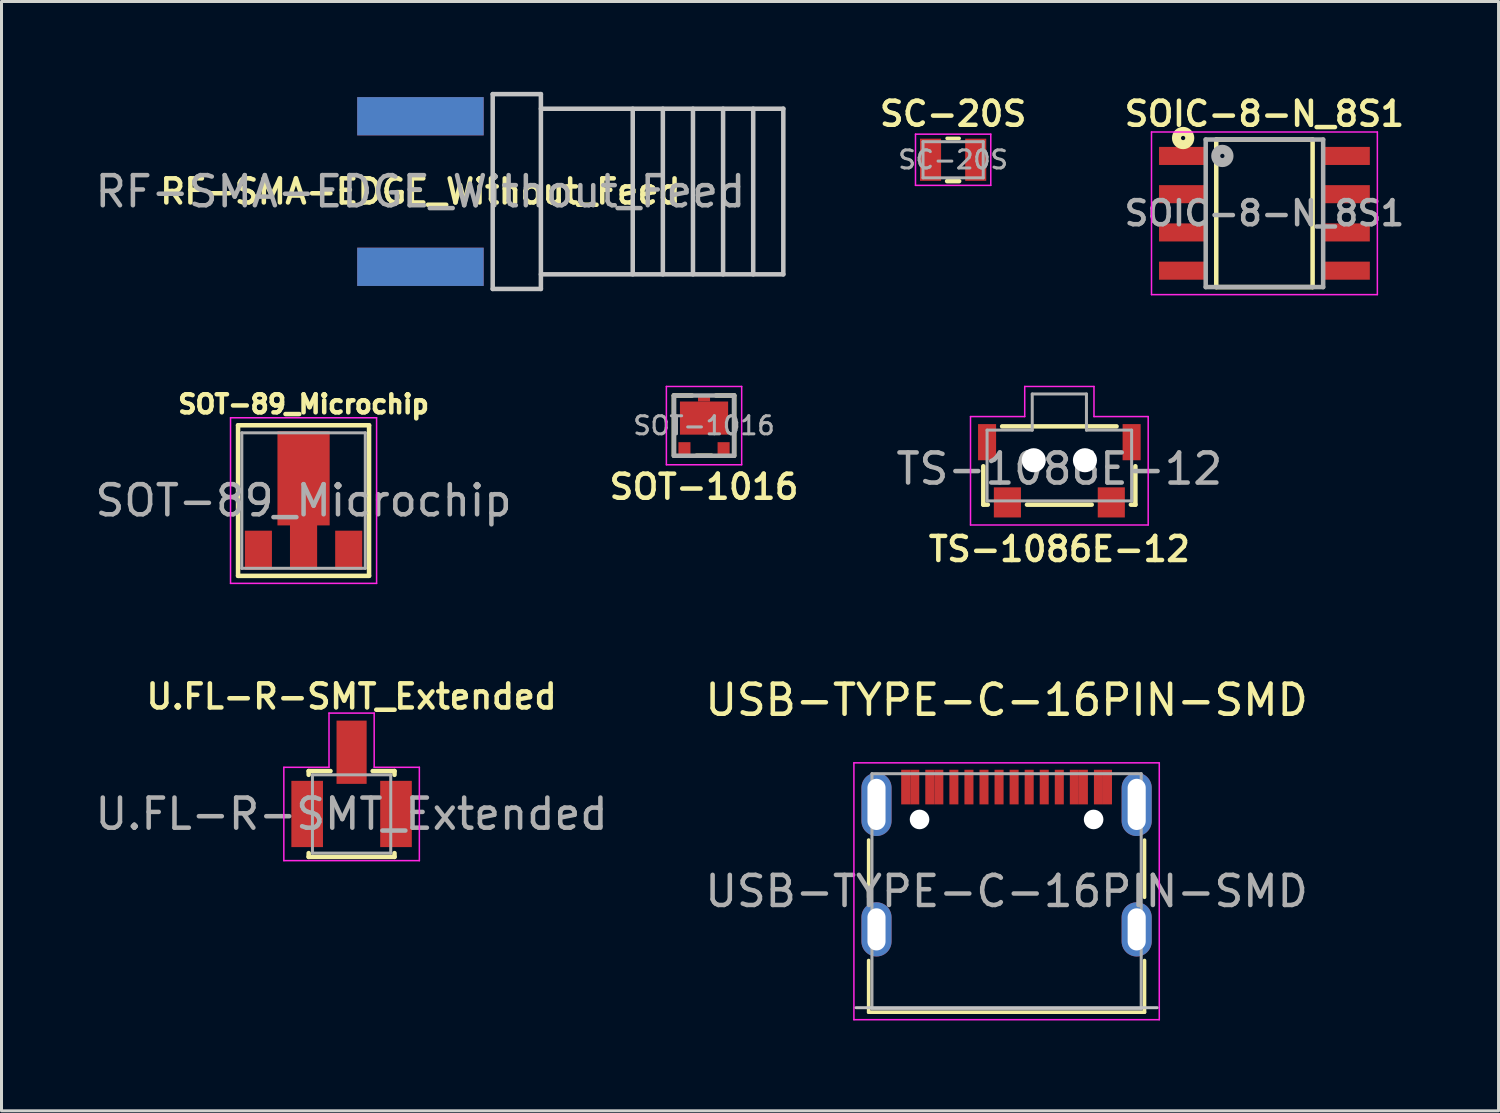
<source format=kicad_pcb>
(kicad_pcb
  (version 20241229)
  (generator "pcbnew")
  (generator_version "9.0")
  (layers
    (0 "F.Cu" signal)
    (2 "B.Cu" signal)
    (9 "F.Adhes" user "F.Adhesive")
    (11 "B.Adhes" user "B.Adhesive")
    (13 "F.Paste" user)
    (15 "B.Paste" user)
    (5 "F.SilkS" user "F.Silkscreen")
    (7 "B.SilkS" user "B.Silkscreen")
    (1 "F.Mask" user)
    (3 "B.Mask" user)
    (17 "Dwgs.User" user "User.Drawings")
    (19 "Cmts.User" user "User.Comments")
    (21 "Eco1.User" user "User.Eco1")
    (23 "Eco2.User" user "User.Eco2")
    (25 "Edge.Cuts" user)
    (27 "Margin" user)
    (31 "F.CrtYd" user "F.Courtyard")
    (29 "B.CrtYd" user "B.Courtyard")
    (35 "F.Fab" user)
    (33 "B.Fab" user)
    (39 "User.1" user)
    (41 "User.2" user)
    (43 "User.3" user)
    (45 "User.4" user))
  (footprint "USB-TYPE-C-16PIN-SMD"
    (layer "F.Cu")
    (at 30.375 26.546)
    (property "Reference" "USB-TYPE-C-16PIN-SMD" (at 0 -6.35 0) (layer "F.SilkS") (effects (font (size 1 1) (thickness 0.15))))
    (attr smd)
    (fp_line (start -4.58 -1.7) (end -4.58 0.2) (stroke (width 0.12) (type solid)) (layer "F.SilkS"))
    (fp_line (start -4.58 2.3) (end -4.58 4.015) (stroke (width 0.12) (type solid)) (layer "F.SilkS"))
    (fp_line (start 4.58 -1.7) (end 4.58 0.2) (stroke (width 0.12) (type solid)) (layer "F.SilkS"))
    (fp_line (start 4.58 2.3) (end 4.58 4.015) (stroke (width 0.12) (type solid)) (layer "F.SilkS"))
    (fp_line (start 4.58 4.015) (end -4.58 4.015) (stroke (width 0.12) (type solid)) (layer "F.SilkS"))
    (fp_line (start -5 3.865) (end 5 3.865) (stroke (width 0.1) (type solid)) (layer "Dwgs.User"))
    (fp_line (start -5.07 4.265) (end -5.07 -4.265) (stroke (width 0.05) (type solid)) (layer "F.CrtYd"))
    (fp_line (start 5.07 -4.265) (end -5.07 -4.265) (stroke (width 0.05) (type solid)) (layer "F.CrtYd"))
    (fp_line (start 5.07 4.265) (end -5.07 4.265) (stroke (width 0.05) (type solid)) (layer "F.CrtYd"))
    (fp_line (start 5.07 4.265) (end 5.07 -4.265) (stroke (width 0.05) (type solid)) (layer "F.CrtYd"))
    (fp_line (start -4.47 -3.905) (end -4.47 3.905) (stroke (width 0.1) (type solid)) (layer "F.Fab"))
    (fp_line (start -4.47 -3.905) (end 4.47 -3.905) (stroke (width 0.1) (type solid)) (layer "F.Fab"))
    (fp_line (start -4.47 3.905) (end 4.47 3.905) (stroke (width 0.1) (type solid)) (layer "F.Fab"))
    (fp_line (start 4.47 -3.905) (end 4.47 3.905) (stroke (width 0.1) (type solid)) (layer "F.Fab"))
    (fp_text user "${REFERENCE}" (at 0 0 0) (layer "F.Fab") (effects (font (size 1 1) (thickness 0.15))))
    (pad "" np_thru_hole circle (at -2.89 -2.385) (size 0.65 0.65) (drill 0.65) (layers "*.Cu" "*.Mask"))
    (pad "" np_thru_hole circle (at 2.89 -2.385) (size 0.65 0.65) (drill 0.65) (layers "*.Cu" "*.Mask"))
    (pad "1" thru_hole oval (at -4.32 1.265) (size 1 1.8) (drill oval 0.6 1.4) (layers "*.Cu" "*.Mask" "F.Paste"))
    (pad "2" thru_hole oval (at 4.32 1.265) (size 1 1.8) (drill oval 0.6 1.4) (layers "*.Cu" "*.Mask" "F.Paste"))
    (pad "3" thru_hole oval (at -4.32 -2.885) (size 1 2.1) (drill oval 0.6 1.7) (layers "*.Cu" "*.Mask" "F.Paste"))
    (pad "4" thru_hole oval (at 4.32 -2.885) (size 1 2.1) (drill oval 0.6 1.7) (layers "*.Cu" "*.Mask" "F.Paste"))
    (pad "A1" smd rect (at -3.35 -3.46) (size 0.3 1.15) (layers "F.Cu" "F.Mask" "F.Paste"))
    (pad "A4" smd rect (at -2.55 -3.46) (size 0.3 1.15) (layers "F.Cu" "F.Mask" "F.Paste"))
    (pad "A5" smd rect (at -1.25 -3.46) (size 0.3 1.15) (layers "F.Cu" "F.Mask" "F.Paste"))
    (pad "A6" smd rect (at -0.25 -3.46) (size 0.3 1.15) (layers "F.Cu" "F.Mask" "F.Paste"))
    (pad "A7" smd rect (at 0.25 -3.46) (size 0.3 1.15) (layers "F.Cu" "F.Mask" "F.Paste"))
    (pad "A8" smd rect (at -1.75 -3.46) (size 0.3 1.15) (layers "F.Cu" "F.Mask" "F.Paste"))
    (pad "A9" smd rect (at 2.55 -3.46) (size 0.3 1.15) (layers "F.Cu" "F.Mask" "F.Paste"))
    (pad "A12" smd rect (at 3.35 -3.46) (size 0.3 1.15) (layers "F.Cu" "F.Mask" "F.Paste"))
    (pad "B1" smd rect (at 3.05 -3.46) (size 0.3 1.15) (layers "F.Cu" "F.Mask" "F.Paste"))
    (pad "B4" smd rect (at 2.25 -3.46) (size 0.3 1.15) (layers "F.Cu" "F.Mask" "F.Paste"))
    (pad "B5" smd rect (at 1.75 -3.46) (size 0.3 1.15) (layers "F.Cu" "F.Mask" "F.Paste"))
    (pad "B6" smd rect (at 0.75 -3.46) (size 0.3 1.15) (layers "F.Cu" "F.Mask" "F.Paste"))
    (pad "B7" smd rect (at -0.75 -3.46) (size 0.3 1.15) (layers "F.Cu" "F.Mask" "F.Paste"))
    (pad "B8" smd rect (at 1.25 -3.46) (size 0.3 1.15) (layers "F.Cu" "F.Mask" "F.Paste"))
    (pad "B9" smd rect (at -2.25 -3.46) (size 0.3 1.15) (layers "F.Cu" "F.Mask" "F.Paste"))
    (pad "B12" smd rect (at -3.05 -3.46) (size 0.3 1.15) (layers "F.Cu" "F.Mask" "F.Paste")))
  (footprint "SOIC-8-N_8S1"
    (layer "F.Cu")
    (at 38.937 4.033)
    (property "Reference" "SOIC-8-N_8S1" (at 0 -3.302 0) (layer "F.SilkS") (effects (font (size 0.8 0.8) (thickness 0.15))))
    (attr smd)
    (fp_line (start -1.6 -2.45) (end -1.6 2.45) (stroke (width 0.15) (type solid)) (layer "F.SilkS"))
    (fp_line (start -1.6 2.45) (end 1.6 2.45) (stroke (width 0.15) (type solid)) (layer "F.SilkS"))
    (fp_line (start 1.6 -2.45) (end -1.6 -2.45) (stroke (width 0.15) (type solid)) (layer "F.SilkS"))
    (fp_line (start 1.6 2.45) (end 1.6 -2.45) (stroke (width 0.15) (type solid)) (layer "F.SilkS"))
    (fp_circle (center -2.7 -2.5) (end -2.75 -2.55) (stroke (width 0.3) (type solid)) (fill no) (layer "F.SilkS"))
    (fp_line (start -3.75 -2.7) (end 3.75 -2.7) (stroke (width 0.05) (type solid)) (layer "F.CrtYd"))
    (fp_line (start -3.75 2.7) (end -3.75 -2.7) (stroke (width 0.05) (type solid)) (layer "F.CrtYd"))
    (fp_line (start 3.75 -2.7) (end 3.75 2.7) (stroke (width 0.05) (type solid)) (layer "F.CrtYd"))
    (fp_line (start 3.75 2.7) (end -3.75 2.7) (stroke (width 0.05) (type solid)) (layer "F.CrtYd"))
    (fp_line (start -1.95 -2.45) (end -1.95 2.45) (stroke (width 0.15) (type solid)) (layer "F.Fab"))
    (fp_line (start 1.95 -2.45) (end -1.95 -2.45) (stroke (width 0.15) (type solid)) (layer "F.Fab"))
    (fp_line (start 1.95 -2.45) (end 1.95 2.45) (stroke (width 0.15) (type solid)) (layer "F.Fab"))
    (fp_line (start 1.95 2.45) (end -1.95 2.45) (stroke (width 0.15) (type solid)) (layer "F.Fab"))
    (fp_circle (center -1.397 -1.905) (end -1.447 -1.955) (stroke (width 0.3) (type solid)) (fill no) (layer "F.Fab"))
    (fp_text user "${REFERENCE}" (at 0 0 0) (layer "F.Fab") (effects (font (size 0.8 0.8) (thickness 0.15))))
    (pad "1" smd rect (at -2.7 -1.905) (size 1.6 0.6) (layers "F.Cu" "F.Mask" "F.Paste"))
    (pad "2" smd rect (at -2.7 -0.635) (size 1.6 0.6) (layers "F.Cu" "F.Mask" "F.Paste"))
    (pad "3" smd rect (at -2.7 0.635) (size 1.6 0.6) (layers "F.Cu" "F.Mask" "F.Paste"))
    (pad "4" smd rect (at -2.7 1.905) (size 1.6 0.6) (layers "F.Cu" "F.Mask" "F.Paste"))
    (pad "5" smd rect (at 2.7 1.905) (size 1.6 0.6) (layers "F.Cu" "F.Mask" "F.Paste"))
    (pad "6" smd rect (at 2.7 0.635) (size 1.6 0.6) (layers "F.Cu" "F.Mask" "F.Paste"))
    (pad "7" smd rect (at 2.7 -0.635) (size 1.6 0.6) (layers "F.Cu" "F.Mask" "F.Paste"))
    (pad "8" smd rect (at 2.7 -1.905) (size 1.6 0.6) (layers "F.Cu" "F.Mask" "F.Paste")))
  (footprint "SC-20S"
    (layer "F.Cu")
    (at 28.6 2.255)
    (property "Reference" "SC-20S" (at 0 -1.524 0) (layer "F.SilkS") (effects (font (size 0.8 0.8) (thickness 0.15))))
    (attr through_hole)
    (fp_line (start -0.2 -0.71) (end 0.2 -0.71) (stroke (width 0.12) (type solid)) (layer "F.SilkS"))
    (fp_line (start -0.2 0.71) (end 0.2 0.71) (stroke (width 0.15) (type solid)) (layer "F.SilkS"))
    (fp_line (start -1.25 -0.85) (end -1.25 0.85) (stroke (width 0.05) (type solid)) (layer "F.CrtYd"))
    (fp_line (start -1.25 -0.85) (end 1.25 -0.85) (stroke (width 0.05) (type solid)) (layer "F.CrtYd"))
    (fp_line (start -1.25 0.85) (end 1.25 0.85) (stroke (width 0.05) (type solid)) (layer "F.CrtYd"))
    (fp_line (start 1.25 -0.85) (end 1.25 0.85) (stroke (width 0.05) (type solid)) (layer "F.CrtYd"))
    (fp_line (start -1 -0.6) (end -1 0.6) (stroke (width 0.1) (type solid)) (layer "F.Fab"))
    (fp_line (start -1 -0.6) (end 1 -0.6) (stroke (width 0.1) (type solid)) (layer "F.Fab"))
    (fp_line (start -1 0.6) (end 1 0.6) (stroke (width 0.1) (type solid)) (layer "F.Fab"))
    (fp_line (start 1 0.6) (end 1 -0.6) (stroke (width 0.1) (type solid)) (layer "F.Fab"))
    (fp_text user "${REFERENCE}" (at 0 0 0) (layer "F.Fab") (effects (font (size 0.6 0.6) (thickness 0.1))))
    (pad "1" smd rect (at -0.75 0) (size 0.7 1.4) (layers "F.Cu" "F.Mask" "F.Paste"))
    (pad "2" smd rect (at 0.75 0) (size 0.7 1.4) (layers "F.Cu" "F.Mask" "F.Paste")))
  (footprint "U.FL-R-SMT_Extended"
    (layer "F.Cu")
    (at 8.625 23.979)
    (property "Reference" "U.FL-R-SMT_Extended" (at 0 -3.9 0) (layer "F.SilkS") (effects (font (size 0.8 0.8) (thickness 0.15))))
    (attr through_hole)
    (fp_line (start -1.425 -1.425) (end -1.425 -1.3) (stroke (width 0.15) (type solid)) (layer "F.SilkS"))
    (fp_line (start -1.425 -1.425) (end -0.7 -1.425) (stroke (width 0.15) (type solid)) (layer "F.SilkS"))
    (fp_line (start -1.425 1.3) (end -1.425 1.425) (stroke (width 0.15) (type solid)) (layer "F.SilkS"))
    (fp_line (start -1.425 1.425) (end 1.425 1.425) (stroke (width 0.15) (type solid)) (layer "F.SilkS"))
    (fp_line (start 0.7 -1.425) (end 1.425 -1.425) (stroke (width 0.15) (type solid)) (layer "F.SilkS"))
    (fp_line (start 1.425 -1.425) (end 1.425 -1.3) (stroke (width 0.15) (type solid)) (layer "F.SilkS"))
    (fp_line (start 1.425 1.3) (end 1.425 1.425) (stroke (width 0.15) (type solid)) (layer "F.SilkS"))
    (fp_line (start -2.25 -1.55) (end -2.25 1.55) (stroke (width 0.05) (type solid)) (layer "F.CrtYd"))
    (fp_line (start -2.25 1.55) (end 2.25 1.55) (stroke (width 0.05) (type solid)) (layer "F.CrtYd"))
    (fp_line (start -0.75 -1.55) (end -2.25 -1.55) (stroke (width 0.05) (type solid)) (layer "F.CrtYd"))
    (fp_line (start -0.75 -1.55) (end -0.75 -3.35) (stroke (width 0.05) (type solid)) (layer "F.CrtYd"))
    (fp_line (start 0.75 -3.35) (end -0.75 -3.35) (stroke (width 0.05) (type solid)) (layer "F.CrtYd"))
    (fp_line (start 0.75 -3.35) (end 0.75 -1.55) (stroke (width 0.05) (type solid)) (layer "F.CrtYd"))
    (fp_line (start 2.25 -1.55) (end 0.75 -1.55) (stroke (width 0.05) (type solid)) (layer "F.CrtYd"))
    (fp_line (start 2.25 1.55) (end 2.25 -1.55) (stroke (width 0.05) (type solid)) (layer "F.CrtYd"))
    (fp_line (start -1.3 1.3) (end -1.3 -1.3) (stroke (width 0.1) (type solid)) (layer "F.Fab"))
    (fp_line (start -1.3 1.3) (end 1.3 1.3) (stroke (width 0.1) (type solid)) (layer "F.Fab"))
    (fp_line (start 1.3 -1.3) (end -1.3 -1.3) (stroke (width 0.1) (type solid)) (layer "F.Fab"))
    (fp_line (start 1.3 -1.3) (end 1.3 1.3) (stroke (width 0.1) (type solid)) (layer "F.Fab"))
    (fp_text user "${REFERENCE}" (at 0 0 180) (layer "F.Fab") (effects (font (size 1 1) (thickness 0.15))))
    (pad "1" smd rect (at 0 -2.05) (size 1 2.1) (layers "F.Cu" "F.Mask" "F.Paste"))
    (pad "2" smd rect (at -1.475 0) (size 1.05 2.2) (layers "F.Cu" "F.Mask" "F.Paste"))
    (pad "3" smd rect (at 1.475 0) (size 1.05 2.2) (layers "F.Cu" "F.Mask" "F.Paste")))
  (footprint "RF-SMA-EDGE_Without_Feed"
    (layer "F.Cu")
    (at 10.911 3.31)
    (property "Reference" "RF-SMA-EDGE_Without_Feed" (at 0 0 0) (layer "F.SilkS") (effects (font (size 0.8 0.8) (thickness 0.15))))
    (attr through_hole)
    (fp_line (start 2.4 -3.235) (end 2.4 3.235) (stroke (width 0.15) (type solid)) (layer "Dwgs.User"))
    (fp_line (start 2.4 3.235) (end 4 3.235) (stroke (width 0.15) (type solid)) (layer "Dwgs.User"))
    (fp_line (start 4 -3.235) (end 2.4 -3.235) (stroke (width 0.15) (type solid)) (layer "Dwgs.User"))
    (fp_line (start 4 2.75) (end 12.05 2.75) (stroke (width 0.15) (type solid)) (layer "Dwgs.User"))
    (fp_line (start 4 3.235) (end 4 -3.235) (stroke (width 0.15) (type solid)) (layer "Dwgs.User"))
    (fp_line (start 7.05 -2.75) (end 7.05 2.75) (stroke (width 0.15) (type solid)) (layer "Dwgs.User"))
    (fp_line (start 8.05 -2.75) (end 8.05 2.75) (stroke (width 0.15) (type solid)) (layer "Dwgs.User"))
    (fp_line (start 9.05 -2.75) (end 9.05 2.75) (stroke (width 0.15) (type solid)) (layer "Dwgs.User"))
    (fp_line (start 10.05 -2.75) (end 10.05 2.75) (stroke (width 0.15) (type solid)) (layer "Dwgs.User"))
    (fp_line (start 11.05 -2.75) (end 11.05 2.75) (stroke (width 0.15) (type solid)) (layer "Dwgs.User"))
    (fp_line (start 12.05 -2.75) (end 4 -2.75) (stroke (width 0.15) (type solid)) (layer "Dwgs.User"))
    (fp_line (start 12.05 2.75) (end 12.05 -2.75) (stroke (width 0.15) (type solid)) (layer "Dwgs.User"))
    (fp_text user "${REFERENCE}" (at 0 0 0) (layer "F.Fab") (effects (font (size 1 1) (thickness 0.15))))
    (pad "2" smd rect (at 0 2.5 180) (size 4.2 1.27) (layers "F.Cu" "F.Mask"))
    (pad "3" smd rect (at 0 -2.5 180) (size 4.2 1.27) (layers "F.Cu" "F.Mask"))
    (pad "4" smd rect (at 0 2.5 180) (size 4.2 1.27) (layers "B.Cu" "B.Mask"))
    (pad "5" smd rect (at 0 -2.5 180) (size 4.2 1.27) (layers "B.Cu" "B.Mask")))
  (footprint "SOT-89_Microchip"
    (layer "F.Cu")
    (at 7.03 13.572)
    (property "Reference" "SOT-89_Microchip" (at 0 -3.2 180) (layer "F.SilkS") (effects (font (size 0.6 0.6) (thickness 0.15))))
    (attr smd)
    (fp_line (start -2.175 -2.5) (end -2.175 2.5) (stroke (width 0.15) (type solid)) (layer "F.SilkS"))
    (fp_line (start -2.175 -2.5) (end 2.175 -2.5) (stroke (width 0.15) (type solid)) (layer "F.SilkS"))
    (fp_line (start 2.175 -2.5) (end 2.175 2.5) (stroke (width 0.15) (type solid)) (layer "F.SilkS"))
    (fp_line (start 2.175 2.5) (end -2.175 2.5) (stroke (width 0.15) (type solid)) (layer "F.SilkS"))
    (fp_line (start -2.425 -2.75) (end -2.425 2.75) (stroke (width 0.05) (type solid)) (layer "F.CrtYd"))
    (fp_line (start -2.425 2.75) (end 2.425 2.75) (stroke (width 0.05) (type solid)) (layer "F.CrtYd"))
    (fp_line (start 2.425 -2.75) (end -2.425 -2.75) (stroke (width 0.05) (type solid)) (layer "F.CrtYd"))
    (fp_line (start 2.425 2.75) (end 2.425 -2.75) (stroke (width 0.05) (type solid)) (layer "F.CrtYd"))
    (fp_line (start -2.05 -2.25) (end -2.05 2.25) (stroke (width 0.1) (type solid)) (layer "F.Fab"))
    (fp_line (start -2.05 -2.25) (end 2.05 -2.25) (stroke (width 0.1) (type solid)) (layer "F.Fab"))
    (fp_line (start -2.05 2.25) (end 2.05 2.25) (stroke (width 0.1) (type solid)) (layer "F.Fab"))
    (fp_line (start 2.05 -2.25) (end 2.05 2.25) (stroke (width 0.1) (type solid)) (layer "F.Fab"))
    (fp_text user "${REFERENCE}" (at 0 0 0) (layer "F.Fab") (effects (font (size 1 1) (thickness 0.15))))
    (pad "1" smd rect (at -1.5 1.65) (size 0.9 1.3) (layers "F.Cu" "F.Mask" "F.Paste"))
    (pad "2" smd custom (at 0 0) (size 0.84 0.84) (layers "F.Cu" "F.Mask" "F.Paste") (options (anchor rect)) (primitives (gr_poly (pts (xy 0.867 0.825) (xy -0.867 0.825) (xy -0.867 -2.3) (xy 0.867 -2.3)) (width 0) (fill yes)) (gr_poly (pts (xy 0.451 2.3) (xy -0.451 2.3) (xy -0.451 0.825) (xy 0.451 0.825)) (width 0) (fill yes))))
    (pad "3" smd rect (at 1.5 1.65) (size 0.9 1.3) (layers "F.Cu" "F.Mask" "F.Paste")))
  (footprint "TS-1086E-12"
    (layer "F.Cu")
    (at 32.127 11.883)
    (property "Reference" "TS-1086E-12" (at 0 3.3 180) (layer "F.SilkS") (effects (font (size 0.8 0.8) (thickness 0.15))))
    (attr through_hole)
    (fp_line (start -2.525 1.825) (end -2.525 0.55) (stroke (width 0.15) (type solid)) (layer "F.SilkS"))
    (fp_line (start -2.375 1.825) (end -2.525 1.825) (stroke (width 0.15) (type solid)) (layer "F.SilkS"))
    (fp_line (start -1.9 -0.775) (end 1.9 -0.775) (stroke (width 0.15) (type solid)) (layer "F.SilkS"))
    (fp_line (start -1.075 1.825) (end 1.075 1.825) (stroke (width 0.15) (type solid)) (layer "F.SilkS"))
    (fp_line (start 2.525 1.825) (end 2.375 1.825) (stroke (width 0.15) (type solid)) (layer "F.SilkS"))
    (fp_line (start 2.525 1.825) (end 2.525 0.55) (stroke (width 0.15) (type solid)) (layer "F.SilkS"))
    (fp_line (start -2.95 -1.1) (end -1.15 -1.1) (stroke (width 0.05) (type solid)) (layer "F.CrtYd"))
    (fp_line (start -2.95 2.5) (end -2.95 -1.1) (stroke (width 0.05) (type solid)) (layer "F.CrtYd"))
    (fp_line (start -1.15 -2.1) (end -1.15 -1.1) (stroke (width 0.05) (type solid)) (layer "F.CrtYd"))
    (fp_line (start -1.15 -2.1) (end 1.15 -2.1) (stroke (width 0.05) (type solid)) (layer "F.CrtYd"))
    (fp_line (start 1.15 -1.1) (end 1.15 -2.1) (stroke (width 0.05) (type solid)) (layer "F.CrtYd"))
    (fp_line (start 1.15 -1.1) (end 2.95 -1.1) (stroke (width 0.05) (type solid)) (layer "F.CrtYd"))
    (fp_line (start 2.95 -1.1) (end 2.95 2.5) (stroke (width 0.05) (type solid)) (layer "F.CrtYd"))
    (fp_line (start 2.95 2.5) (end -2.95 2.5) (stroke (width 0.05) (type solid)) (layer "F.CrtYd"))
    (fp_line (start -2.4 -0.65) (end -2.4 1.7) (stroke (width 0.1) (type solid)) (layer "F.Fab"))
    (fp_line (start -2.4 -0.65) (end -0.9 -0.65) (stroke (width 0.1) (type solid)) (layer "F.Fab"))
    (fp_line (start -2.4 1.7) (end 2.4 1.7) (stroke (width 0.1) (type solid)) (layer "F.Fab"))
    (fp_line (start -0.9 -1.85) (end 0.9 -1.85) (stroke (width 0.1) (type solid)) (layer "F.Fab"))
    (fp_line (start -0.9 -0.65) (end -0.9 -1.85) (stroke (width 0.1) (type solid)) (layer "F.Fab"))
    (fp_line (start 0.9 -0.65) (end 0.9 -1.85) (stroke (width 0.1) (type solid)) (layer "F.Fab"))
    (fp_line (start 2.4 -0.65) (end 0.9 -0.65) (stroke (width 0.1) (type solid)) (layer "F.Fab"))
    (fp_line (start 2.4 -0.65) (end 2.4 1.7) (stroke (width 0.1) (type solid)) (layer "F.Fab"))
    (fp_text user "${REFERENCE}" (at 0 0.635 0) (layer "F.Fab") (effects (font (size 1 1) (thickness 0.15))))
    (pad "" np_thru_hole circle (at -0.85 0.35 90) (size 0.8 0.8) (drill 0.8) (layers "*.Cu" "*.Mask"))
    (pad "" np_thru_hole circle (at 0.85 0.35) (size 0.8 0.8) (drill 0.8) (layers "*.Cu" "*.Mask"))
    (pad "1" smd rect (at -1.725 1.75) (size 0.9 1) (layers "F.Cu" "F.Mask" "F.Paste"))
    (pad "2" smd rect (at 1.725 1.75) (size 0.9 1) (layers "F.Cu" "F.Mask" "F.Paste"))
    (pad "3" smd rect (at 2.4 -0.25) (size 0.6 1.2) (layers "F.Cu" "F.Mask" "F.Paste"))
    (pad "4" smd rect (at -2.4 -0.25) (size 0.6 1.2) (layers "F.Cu" "F.Mask" "F.Paste")))
  (footprint "SOT-1016"
    (layer "F.Cu")
    (at 20.328 11.083)
    (property "Reference" "SOT-1016" (at 0 2.032 0) (layer "F.SilkS") (effects (font (size 0.8 0.8) (thickness 0.15))))
    (attr through_hole)
    (fp_line (start -1 -1) (end -1 1) (stroke (width 0.15) (type solid)) (layer "F.SilkS"))
    (fp_line (start -0.4 -1) (end -1 -1) (stroke (width 0.15) (type solid)) (layer "F.SilkS"))
    (fp_line (start -0.25 1) (end 0.25 1) (stroke (width 0.15) (type solid)) (layer "F.SilkS"))
    (fp_line (start 1 -1) (end 0.4 -1) (stroke (width 0.15) (type solid)) (layer "F.SilkS"))
    (fp_line (start 1 1) (end 1 -1) (stroke (width 0.15) (type solid)) (layer "F.SilkS"))
    (fp_line (start -1.25 -1.3) (end 1.25 -1.3) (stroke (width 0.05) (type solid)) (layer "F.CrtYd"))
    (fp_line (start -1.25 1.3) (end -1.25 -1.3) (stroke (width 0.05) (type solid)) (layer "F.CrtYd"))
    (fp_line (start 1.25 -1.3) (end 1.25 1.3) (stroke (width 0.05) (type solid)) (layer "F.CrtYd"))
    (fp_line (start 1.25 1.3) (end -1.25 1.3) (stroke (width 0.05) (type solid)) (layer "F.CrtYd"))
    (fp_line (start -1 -1) (end -1 1) (stroke (width 0.15) (type solid)) (layer "F.Fab"))
    (fp_line (start -1 1) (end 1 1) (stroke (width 0.15) (type solid)) (layer "F.Fab"))
    (fp_line (start 1 -1) (end -1 -1) (stroke (width 0.15) (type solid)) (layer "F.Fab"))
    (fp_line (start 1 1) (end 1 -1) (stroke (width 0.15) (type solid)) (layer "F.Fab"))
    (fp_text user "${REFERENCE}" (at 0 0 180) (layer "F.Fab") (effects (font (size 0.6 0.6) (thickness 0.1))))
    (pad "1" smd rect (at -0.65 0.8) (size 0.4 0.5) (layers "F.Cu" "F.Mask" "F.Paste"))
    (pad "2" smd rect (at 0.65 0.8) (size 0.4 0.5) (layers "F.Cu" "F.Mask" "F.Paste"))
    (pad "3" smd rect (at 0 -0.925) (size 0.4 0.25) (layers "F.Cu" "F.Mask" "F.Paste"))
    (pad "3" smd rect (at 0 -0.25) (size 1.6 1.1) (layers "F.Cu" "F.Mask" "F.Paste")))
  (gr_rect
    (start -3 -3)
    (end 46.711 33.836)
    (stroke (width 0.1) (type default))
    (fill no)
    (layer "Edge.Cuts")))
</source>
